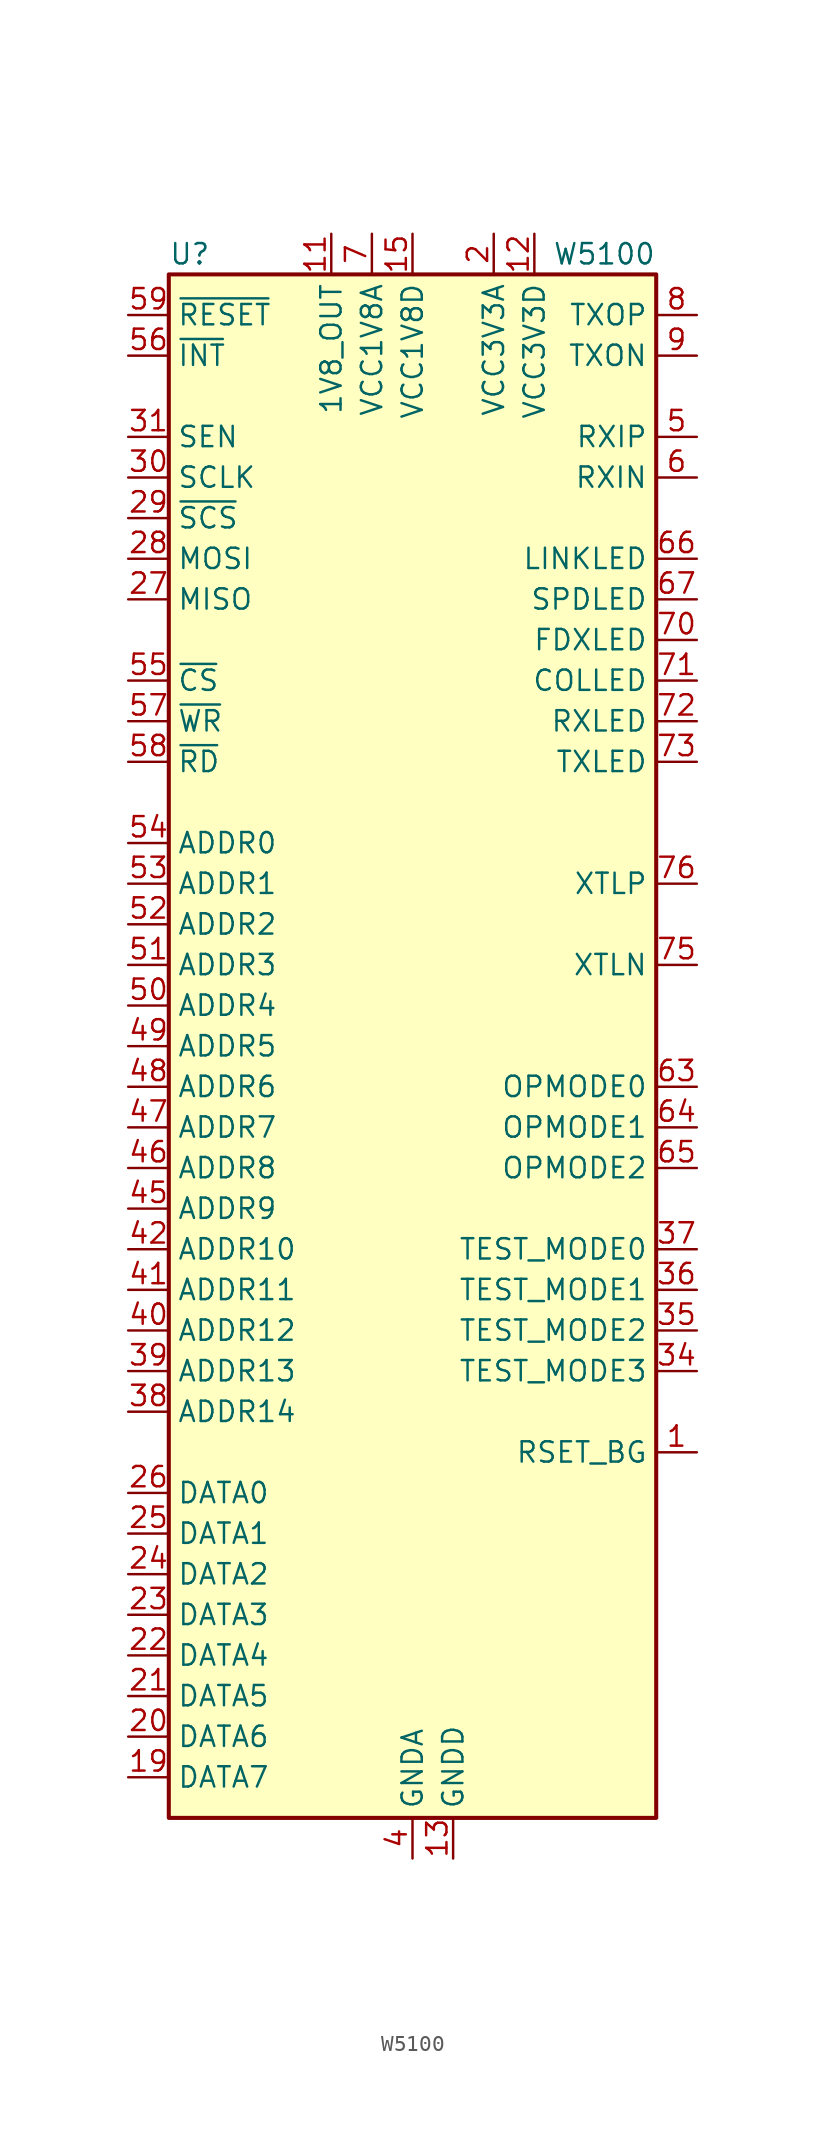
<source format=kicad_sym>
(kicad_symbol_lib
  (version 20200908)
  (generator kicad_symbol_editor)
  (symbol "Interface_Ethernet:W5100"
    (property "Reference" "U"
      (at -15.24 49.53 0)
      (effects (font (size 1.27 1.27)) (justify left)))
    (property "Value" "W5100"
      (at 15.24 49.53 0)
      (effects (font (size 1.27 1.27)) (justify right)))
    (symbol "W5100_0_1"
      (rectangle (start -15.24 48.26) (end 15.24 -48.26) (stroke (width 0.254)) (fill (type background))))
    (symbol "W5100_1_1"
      (pin output line (at 17.78 -25.4 180) (length 2.54) (name "RSET_BG" (effects (font (size 1.27 1.27)))) (number "1" (effects (font (size 1.27 1.27)))))
      (pin passive line (at 0 -50.8 90) (length 2.54) hide (name "GNDA" (effects (font (size 1.27 1.27)))) (number "10" (effects (font (size 1.27 1.27)))))
      (pin power_out line (at -5.08 50.8 270) (length 2.54) (name "1V8_OUT" (effects (font (size 1.27 1.27)))) (number "11" (effects (font (size 1.27 1.27)))))
      (pin power_in line (at 7.62 50.8 270) (length 2.54) (name "VCC3V3D" (effects (font (size 1.27 1.27)))) (number "12" (effects (font (size 1.27 1.27)))))
      (pin power_in line (at 2.54 -50.8 90) (length 2.54) (name "GNDD" (effects (font (size 1.27 1.27)))) (number "13" (effects (font (size 1.27 1.27)))))
      (pin passive line (at 2.54 -50.8 90) (length 2.54) hide (name "GNDD" (effects (font (size 1.27 1.27)))) (number "14" (effects (font (size 1.27 1.27)))))
      (pin power_in line (at 0 50.8 270) (length 2.54) (name "VCC1V8D" (effects (font (size 1.27 1.27)))) (number "15" (effects (font (size 1.27 1.27)))))
      (pin passive line (at 0 50.8 270) (length 2.54) hide (name "VCC1V8D" (effects (font (size 1.27 1.27)))) (number "16" (effects (font (size 1.27 1.27)))))
      (pin passive line (at 2.54 -50.8 90) (length 2.54) hide (name "GNDD" (effects (font (size 1.27 1.27)))) (number "17" (effects (font (size 1.27 1.27)))))
      (pin passive line (at 7.62 50.8 270) (length 2.54) hide (name "VCC3V3D" (effects (font (size 1.27 1.27)))) (number "18" (effects (font (size 1.27 1.27)))))
      (pin bidirectional line (at -17.78 -45.72 0) (length 2.54) (name "DATA7" (effects (font (size 1.27 1.27)))) (number "19" (effects (font (size 1.27 1.27)))))
      (pin power_in line (at 5.08 50.8 270) (length 2.54) (name "VCC3V3A" (effects (font (size 1.27 1.27)))) (number "2" (effects (font (size 1.27 1.27)))))
      (pin bidirectional line (at -17.78 -43.18 0) (length 2.54) (name "DATA6" (effects (font (size 1.27 1.27)))) (number "20" (effects (font (size 1.27 1.27)))))
      (pin bidirectional line (at -17.78 -40.64 0) (length 2.54) (name "DATA5" (effects (font (size 1.27 1.27)))) (number "21" (effects (font (size 1.27 1.27)))))
      (pin bidirectional line (at -17.78 -38.1 0) (length 2.54) (name "DATA4" (effects (font (size 1.27 1.27)))) (number "22" (effects (font (size 1.27 1.27)))))
      (pin bidirectional line (at -17.78 -35.56 0) (length 2.54) (name "DATA3" (effects (font (size 1.27 1.27)))) (number "23" (effects (font (size 1.27 1.27)))))
      (pin bidirectional line (at -17.78 -33.02 0) (length 2.54) (name "DATA2" (effects (font (size 1.27 1.27)))) (number "24" (effects (font (size 1.27 1.27)))))
      (pin bidirectional line (at -17.78 -30.48 0) (length 2.54) (name "DATA1" (effects (font (size 1.27 1.27)))) (number "25" (effects (font (size 1.27 1.27)))))
      (pin bidirectional line (at -17.78 -27.94 0) (length 2.54) (name "DATA0" (effects (font (size 1.27 1.27)))) (number "26" (effects (font (size 1.27 1.27)))))
      (pin output line (at -17.78 27.94 0) (length 2.54) (name "MISO" (effects (font (size 1.27 1.27)))) (number "27" (effects (font (size 1.27 1.27)))))
      (pin input line (at -17.78 30.48 0) (length 2.54) (name "MOSI" (effects (font (size 1.27 1.27)))) (number "28" (effects (font (size 1.27 1.27)))))
      (pin input line (at -17.78 33.02 0) (length 2.54) (name "~SCS" (effects (font (size 1.27 1.27)))) (number "29" (effects (font (size 1.27 1.27)))))
      (pin unconnected line (at 15.24 -30.48 180) (length 2.54) hide (name "NC" (effects (font (size 1.27 1.27)))) (number "3" (effects (font (size 1.27 1.27)))))
      (pin input line (at -17.78 35.56 0) (length 2.54) (name "SCLK" (effects (font (size 1.27 1.27)))) (number "30" (effects (font (size 1.27 1.27)))))
      (pin input line (at -17.78 38.1 0) (length 2.54) (name "SEN" (effects (font (size 1.27 1.27)))) (number "31" (effects (font (size 1.27 1.27)))))
      (pin passive line (at 2.54 -50.8 90) (length 2.54) hide (name "GNDD" (effects (font (size 1.27 1.27)))) (number "32" (effects (font (size 1.27 1.27)))))
      (pin passive line (at 0 50.8 270) (length 2.54) hide (name "VCC1V8D" (effects (font (size 1.27 1.27)))) (number "33" (effects (font (size 1.27 1.27)))))
      (pin input line (at 17.78 -20.32 180) (length 2.54) (name "TEST_MODE3" (effects (font (size 1.27 1.27)))) (number "34" (effects (font (size 1.27 1.27)))))
      (pin input line (at 17.78 -17.78 180) (length 2.54) (name "TEST_MODE2" (effects (font (size 1.27 1.27)))) (number "35" (effects (font (size 1.27 1.27)))))
      (pin input line (at 17.78 -15.24 180) (length 2.54) (name "TEST_MODE1" (effects (font (size 1.27 1.27)))) (number "36" (effects (font (size 1.27 1.27)))))
      (pin input line (at 17.78 -12.7 180) (length 2.54) (name "TEST_MODE0" (effects (font (size 1.27 1.27)))) (number "37" (effects (font (size 1.27 1.27)))))
      (pin input line (at -17.78 -22.86 0) (length 2.54) (name "ADDR14" (effects (font (size 1.27 1.27)))) (number "38" (effects (font (size 1.27 1.27)))))
      (pin input line (at -17.78 -20.32 0) (length 2.54) (name "ADDR13" (effects (font (size 1.27 1.27)))) (number "39" (effects (font (size 1.27 1.27)))))
      (pin power_in line (at 0 -50.8 90) (length 2.54) (name "GNDA" (effects (font (size 1.27 1.27)))) (number "4" (effects (font (size 1.27 1.27)))))
      (pin input line (at -17.78 -17.78 0) (length 2.54) (name "ADDR12" (effects (font (size 1.27 1.27)))) (number "40" (effects (font (size 1.27 1.27)))))
      (pin input line (at -17.78 -15.24 0) (length 2.54) (name "ADDR11" (effects (font (size 1.27 1.27)))) (number "41" (effects (font (size 1.27 1.27)))))
      (pin input line (at -17.78 -12.7 0) (length 2.54) (name "ADDR10" (effects (font (size 1.27 1.27)))) (number "42" (effects (font (size 1.27 1.27)))))
      (pin passive line (at 2.54 -50.8 90) (length 2.54) hide (name "GNDD" (effects (font (size 1.27 1.27)))) (number "43" (effects (font (size 1.27 1.27)))))
      (pin passive line (at 7.62 50.8 270) (length 2.54) hide (name "VCC3V3D" (effects (font (size 1.27 1.27)))) (number "44" (effects (font (size 1.27 1.27)))))
      (pin input line (at -17.78 -10.16 0) (length 2.54) (name "ADDR9" (effects (font (size 1.27 1.27)))) (number "45" (effects (font (size 1.27 1.27)))))
      (pin input line (at -17.78 -7.62 0) (length 2.54) (name "ADDR8" (effects (font (size 1.27 1.27)))) (number "46" (effects (font (size 1.27 1.27)))))
      (pin input line (at -17.78 -5.08 0) (length 2.54) (name "ADDR7" (effects (font (size 1.27 1.27)))) (number "47" (effects (font (size 1.27 1.27)))))
      (pin input line (at -17.78 -2.54 0) (length 2.54) (name "ADDR6" (effects (font (size 1.27 1.27)))) (number "48" (effects (font (size 1.27 1.27)))))
      (pin input line (at -17.78 0 0) (length 2.54) (name "ADDR5" (effects (font (size 1.27 1.27)))) (number "49" (effects (font (size 1.27 1.27)))))
      (pin input line (at 17.78 38.1 180) (length 2.54) (name "RXIP" (effects (font (size 1.27 1.27)))) (number "5" (effects (font (size 1.27 1.27)))))
      (pin input line (at -17.78 2.54 0) (length 2.54) (name "ADDR4" (effects (font (size 1.27 1.27)))) (number "50" (effects (font (size 1.27 1.27)))))
      (pin input line (at -17.78 5.08 0) (length 2.54) (name "ADDR3" (effects (font (size 1.27 1.27)))) (number "51" (effects (font (size 1.27 1.27)))))
      (pin input line (at -17.78 7.62 0) (length 2.54) (name "ADDR2" (effects (font (size 1.27 1.27)))) (number "52" (effects (font (size 1.27 1.27)))))
      (pin input line (at -17.78 10.16 0) (length 2.54) (name "ADDR1" (effects (font (size 1.27 1.27)))) (number "53" (effects (font (size 1.27 1.27)))))
      (pin input line (at -17.78 12.7 0) (length 2.54) (name "ADDR0" (effects (font (size 1.27 1.27)))) (number "54" (effects (font (size 1.27 1.27)))))
      (pin input line (at -17.78 22.86 0) (length 2.54) (name "~CS" (effects (font (size 1.27 1.27)))) (number "55" (effects (font (size 1.27 1.27)))))
      (pin output line (at -17.78 43.18 0) (length 2.54) (name "~INT" (effects (font (size 1.27 1.27)))) (number "56" (effects (font (size 1.27 1.27)))))
      (pin input line (at -17.78 20.32 0) (length 2.54) (name "~WR" (effects (font (size 1.27 1.27)))) (number "57" (effects (font (size 1.27 1.27)))))
      (pin input line (at -17.78 17.78 0) (length 2.54) (name "~RD" (effects (font (size 1.27 1.27)))) (number "58" (effects (font (size 1.27 1.27)))))
      (pin input line (at -17.78 45.72 0) (length 2.54) (name "~RESET" (effects (font (size 1.27 1.27)))) (number "59" (effects (font (size 1.27 1.27)))))
      (pin input line (at 17.78 35.56 180) (length 2.54) (name "RXIN" (effects (font (size 1.27 1.27)))) (number "6" (effects (font (size 1.27 1.27)))))
      (pin unconnected line (at 15.24 -33.02 180) (length 2.54) hide (name "NC" (effects (font (size 1.27 1.27)))) (number "60" (effects (font (size 1.27 1.27)))))
      (pin unconnected line (at 15.24 -35.56 180) (length 2.54) hide (name "NC" (effects (font (size 1.27 1.27)))) (number "61" (effects (font (size 1.27 1.27)))))
      (pin unconnected line (at 15.24 -38.1 180) (length 2.54) hide (name "NC" (effects (font (size 1.27 1.27)))) (number "62" (effects (font (size 1.27 1.27)))))
      (pin input line (at 17.78 -2.54 180) (length 2.54) (name "OPMODE0" (effects (font (size 1.27 1.27)))) (number "63" (effects (font (size 1.27 1.27)))))
      (pin input line (at 17.78 -5.08 180) (length 2.54) (name "OPMODE1" (effects (font (size 1.27 1.27)))) (number "64" (effects (font (size 1.27 1.27)))))
      (pin input line (at 17.78 -7.62 180) (length 2.54) (name "OPMODE2" (effects (font (size 1.27 1.27)))) (number "65" (effects (font (size 1.27 1.27)))))
      (pin output line (at 17.78 30.48 180) (length 2.54) (name "LINKLED" (effects (font (size 1.27 1.27)))) (number "66" (effects (font (size 1.27 1.27)))))
      (pin output line (at 17.78 27.94 180) (length 2.54) (name "SPDLED" (effects (font (size 1.27 1.27)))) (number "67" (effects (font (size 1.27 1.27)))))
      (pin passive line (at 2.54 -50.8 90) (length 2.54) hide (name "GNDD" (effects (font (size 1.27 1.27)))) (number "68" (effects (font (size 1.27 1.27)))))
      (pin passive line (at 0 50.8 270) (length 2.54) hide (name "VCC1V8D" (effects (font (size 1.27 1.27)))) (number "69" (effects (font (size 1.27 1.27)))))
      (pin power_in line (at -2.54 50.8 270) (length 2.54) (name "VCC1V8A" (effects (font (size 1.27 1.27)))) (number "7" (effects (font (size 1.27 1.27)))))
      (pin output line (at 17.78 25.4 180) (length 2.54) (name "FDXLED" (effects (font (size 1.27 1.27)))) (number "70" (effects (font (size 1.27 1.27)))))
      (pin output line (at 17.78 22.86 180) (length 2.54) (name "COLLED" (effects (font (size 1.27 1.27)))) (number "71" (effects (font (size 1.27 1.27)))))
      (pin output line (at 17.78 20.32 180) (length 2.54) (name "RXLED" (effects (font (size 1.27 1.27)))) (number "72" (effects (font (size 1.27 1.27)))))
      (pin output line (at 17.78 17.78 180) (length 2.54) (name "TXLED" (effects (font (size 1.27 1.27)))) (number "73" (effects (font (size 1.27 1.27)))))
      (pin passive line (at -2.54 50.8 270) (length 2.54) hide (name "VCC1V8A" (effects (font (size 1.27 1.27)))) (number "74" (effects (font (size 1.27 1.27)))))
      (pin input line (at 17.78 5.08 180) (length 2.54) (name "XTLN" (effects (font (size 1.27 1.27)))) (number "75" (effects (font (size 1.27 1.27)))))
      (pin output line (at 17.78 10.16 180) (length 2.54) (name "XTLP" (effects (font (size 1.27 1.27)))) (number "76" (effects (font (size 1.27 1.27)))))
      (pin passive line (at 0 -50.8 90) (length 2.54) hide (name "GNDA" (effects (font (size 1.27 1.27)))) (number "77" (effects (font (size 1.27 1.27)))))
      (pin unconnected line (at 15.24 -40.64 180) (length 2.54) hide (name "NC" (effects (font (size 1.27 1.27)))) (number "78" (effects (font (size 1.27 1.27)))))
      (pin unconnected line (at 15.24 -43.18 180) (length 2.54) hide (name "NC" (effects (font (size 1.27 1.27)))) (number "79" (effects (font (size 1.27 1.27)))))
      (pin output line (at 17.78 45.72 180) (length 2.54) (name "TXOP" (effects (font (size 1.27 1.27)))) (number "8" (effects (font (size 1.27 1.27)))))
      (pin unconnected line (at 15.24 -45.72 180) (length 2.54) hide (name "NC" (effects (font (size 1.27 1.27)))) (number "80" (effects (font (size 1.27 1.27)))))
      (pin output line (at 17.78 43.18 180) (length 2.54) (name "TXON" (effects (font (size 1.27 1.27)))) (number "9" (effects (font (size 1.27 1.27))))))))
</source>
